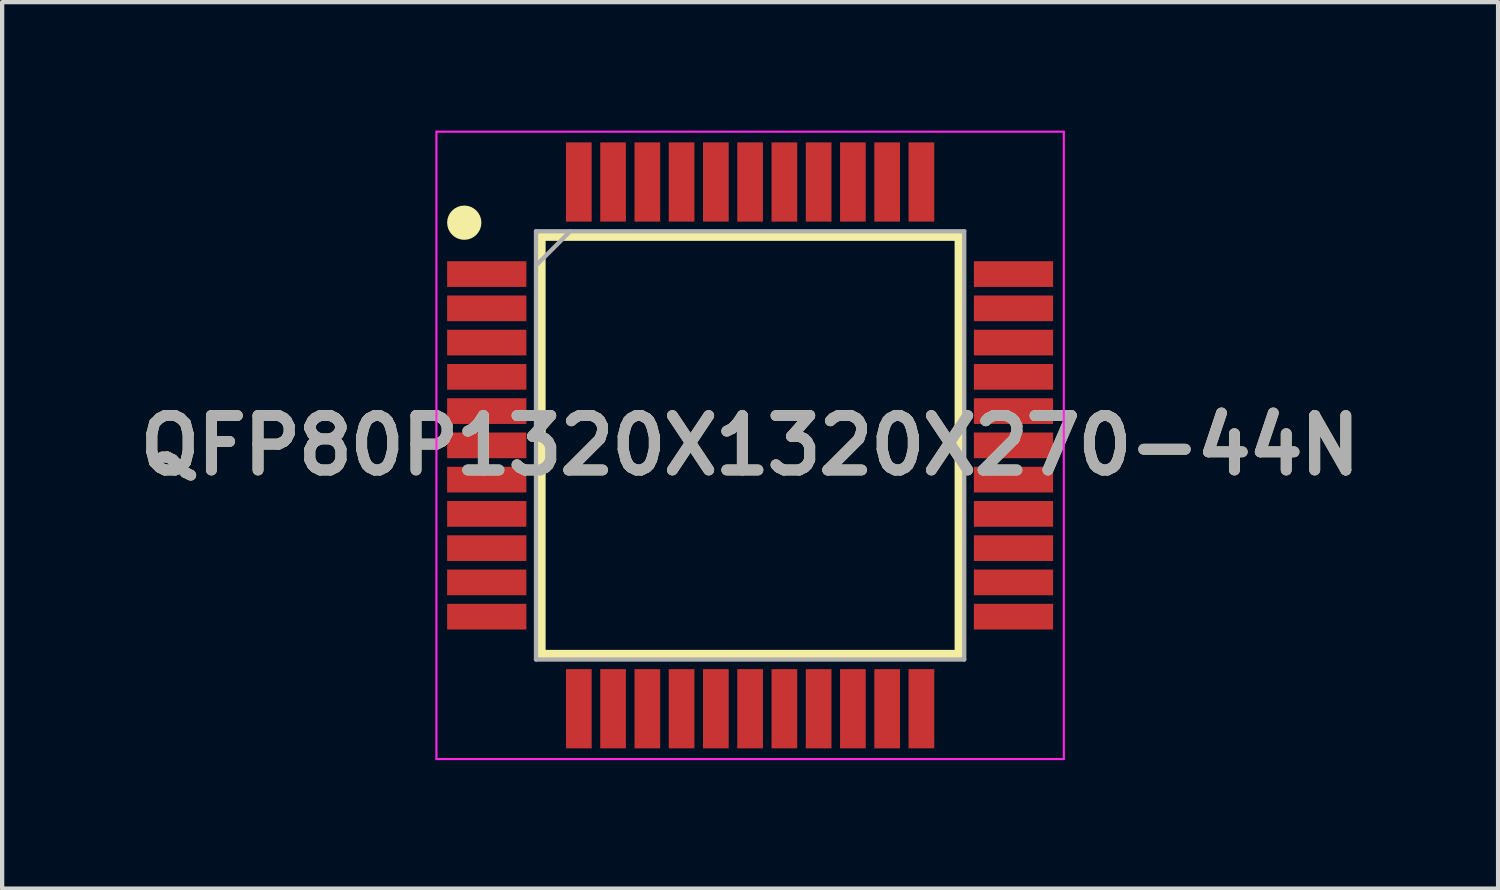
<source format=kicad_pcb>
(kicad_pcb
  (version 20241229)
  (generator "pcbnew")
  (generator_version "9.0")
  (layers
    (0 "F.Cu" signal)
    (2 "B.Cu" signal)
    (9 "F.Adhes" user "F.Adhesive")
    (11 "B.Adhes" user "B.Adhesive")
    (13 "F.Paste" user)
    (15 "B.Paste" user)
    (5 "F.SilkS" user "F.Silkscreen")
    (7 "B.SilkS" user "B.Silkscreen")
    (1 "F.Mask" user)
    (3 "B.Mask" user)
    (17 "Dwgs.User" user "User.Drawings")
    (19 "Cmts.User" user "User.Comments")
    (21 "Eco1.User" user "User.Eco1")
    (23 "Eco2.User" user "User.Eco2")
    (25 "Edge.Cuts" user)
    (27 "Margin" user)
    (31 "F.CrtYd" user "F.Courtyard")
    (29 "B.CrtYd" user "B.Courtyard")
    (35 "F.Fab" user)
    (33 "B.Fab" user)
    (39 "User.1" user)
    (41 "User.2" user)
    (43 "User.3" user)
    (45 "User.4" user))
  (footprint "QFP80P1320X1320X270-44N"
    (layer "F.Cu")
    (at 14.466 7.35)
    (property "Reference" "QFP80P1320X1320X270-44N" (at 0 0 0) (layer "F.SilkS") (effects (font (size 1.27 1.27) (thickness 0.254))))
    (attr smd)
    (fp_line (start -4.875 -4.875) (end 4.875 -4.875) (stroke (width 0.2) (type solid)) (layer "F.SilkS"))
    (fp_line (start -4.875 4.875) (end -4.875 -4.875) (stroke (width 0.2) (type solid)) (layer "F.SilkS"))
    (fp_line (start 4.875 -4.875) (end 4.875 4.875) (stroke (width 0.2) (type solid)) (layer "F.SilkS"))
    (fp_line (start 4.875 4.875) (end -4.875 4.875) (stroke (width 0.2) (type solid)) (layer "F.SilkS"))
    (fp_circle (center -6.675 -5.2) (end -6.675 -5) (stroke (width 0.4) (type solid)) (fill no) (layer "F.SilkS"))
    (fp_line (start -7.325 -7.325) (end 7.325 -7.325) (stroke (width 0.05) (type solid)) (layer "F.CrtYd"))
    (fp_line (start -7.325 7.325) (end -7.325 -7.325) (stroke (width 0.05) (type solid)) (layer "F.CrtYd"))
    (fp_line (start 7.325 -7.325) (end 7.325 7.325) (stroke (width 0.05) (type solid)) (layer "F.CrtYd"))
    (fp_line (start 7.325 7.325) (end -7.325 7.325) (stroke (width 0.05) (type solid)) (layer "F.CrtYd"))
    (fp_line (start -5 -5) (end 5 -5) (stroke (width 0.1) (type solid)) (layer "F.Fab"))
    (fp_line (start -5 -4.2) (end -4.2 -5) (stroke (width 0.1) (type solid)) (layer "F.Fab"))
    (fp_line (start -5 5) (end -5 -5) (stroke (width 0.1) (type solid)) (layer "F.Fab"))
    (fp_line (start 5 -5) (end 5 5) (stroke (width 0.1) (type solid)) (layer "F.Fab"))
    (fp_line (start 5 5) (end -5 5) (stroke (width 0.1) (type solid)) (layer "F.Fab"))
    (fp_text user "${REFERENCE}" (at 0 0 0) (layer "F.Fab") (effects (font (size 1.27 1.27) (thickness 0.254))))
    (pad "1" smd rect (at -6.15 -4 90) (size 0.6 1.85) (layers "F.Cu" "F.Mask" "F.Paste"))
    (pad "2" smd rect (at -6.15 -3.2 90) (size 0.6 1.85) (layers "F.Cu" "F.Mask" "F.Paste"))
    (pad "3" smd rect (at -6.15 -2.4 90) (size 0.6 1.85) (layers "F.Cu" "F.Mask" "F.Paste"))
    (pad "4" smd rect (at -6.15 -1.6 90) (size 0.6 1.85) (layers "F.Cu" "F.Mask" "F.Paste"))
    (pad "5" smd rect (at -6.15 -0.8 90) (size 0.6 1.85) (layers "F.Cu" "F.Mask" "F.Paste"))
    (pad "6" smd rect (at -6.15 0 90) (size 0.6 1.85) (layers "F.Cu" "F.Mask" "F.Paste"))
    (pad "7" smd rect (at -6.15 0.8 90) (size 0.6 1.85) (layers "F.Cu" "F.Mask" "F.Paste"))
    (pad "8" smd rect (at -6.15 1.6 90) (size 0.6 1.85) (layers "F.Cu" "F.Mask" "F.Paste"))
    (pad "9" smd rect (at -6.15 2.4 90) (size 0.6 1.85) (layers "F.Cu" "F.Mask" "F.Paste"))
    (pad "10" smd rect (at -6.15 3.2 90) (size 0.6 1.85) (layers "F.Cu" "F.Mask" "F.Paste"))
    (pad "11" smd rect (at -6.15 4 90) (size 0.6 1.85) (layers "F.Cu" "F.Mask" "F.Paste"))
    (pad "12" smd rect (at -4 6.15) (size 0.6 1.85) (layers "F.Cu" "F.Mask" "F.Paste"))
    (pad "13" smd rect (at -3.2 6.15) (size 0.6 1.85) (layers "F.Cu" "F.Mask" "F.Paste"))
    (pad "14" smd rect (at -2.4 6.15) (size 0.6 1.85) (layers "F.Cu" "F.Mask" "F.Paste"))
    (pad "15" smd rect (at -1.6 6.15) (size 0.6 1.85) (layers "F.Cu" "F.Mask" "F.Paste"))
    (pad "16" smd rect (at -0.8 6.15) (size 0.6 1.85) (layers "F.Cu" "F.Mask" "F.Paste"))
    (pad "17" smd rect (at 0 6.15) (size 0.6 1.85) (layers "F.Cu" "F.Mask" "F.Paste"))
    (pad "18" smd rect (at 0.8 6.15) (size 0.6 1.85) (layers "F.Cu" "F.Mask" "F.Paste"))
    (pad "19" smd rect (at 1.6 6.15) (size 0.6 1.85) (layers "F.Cu" "F.Mask" "F.Paste"))
    (pad "20" smd rect (at 2.4 6.15) (size 0.6 1.85) (layers "F.Cu" "F.Mask" "F.Paste"))
    (pad "21" smd rect (at 3.2 6.15) (size 0.6 1.85) (layers "F.Cu" "F.Mask" "F.Paste"))
    (pad "22" smd rect (at 4 6.15) (size 0.6 1.85) (layers "F.Cu" "F.Mask" "F.Paste"))
    (pad "23" smd rect (at 6.15 4 90) (size 0.6 1.85) (layers "F.Cu" "F.Mask" "F.Paste"))
    (pad "24" smd rect (at 6.15 3.2 90) (size 0.6 1.85) (layers "F.Cu" "F.Mask" "F.Paste"))
    (pad "25" smd rect (at 6.15 2.4 90) (size 0.6 1.85) (layers "F.Cu" "F.Mask" "F.Paste"))
    (pad "26" smd rect (at 6.15 1.6 90) (size 0.6 1.85) (layers "F.Cu" "F.Mask" "F.Paste"))
    (pad "27" smd rect (at 6.15 0.8 90) (size 0.6 1.85) (layers "F.Cu" "F.Mask" "F.Paste"))
    (pad "28" smd rect (at 6.15 0 90) (size 0.6 1.85) (layers "F.Cu" "F.Mask" "F.Paste"))
    (pad "29" smd rect (at 6.15 -0.8 90) (size 0.6 1.85) (layers "F.Cu" "F.Mask" "F.Paste"))
    (pad "30" smd rect (at 6.15 -1.6 90) (size 0.6 1.85) (layers "F.Cu" "F.Mask" "F.Paste"))
    (pad "31" smd rect (at 6.15 -2.4 90) (size 0.6 1.85) (layers "F.Cu" "F.Mask" "F.Paste"))
    (pad "32" smd rect (at 6.15 -3.2 90) (size 0.6 1.85) (layers "F.Cu" "F.Mask" "F.Paste"))
    (pad "33" smd rect (at 6.15 -4 90) (size 0.6 1.85) (layers "F.Cu" "F.Mask" "F.Paste"))
    (pad "34" smd rect (at 4 -6.15) (size 0.6 1.85) (layers "F.Cu" "F.Mask" "F.Paste"))
    (pad "35" smd rect (at 3.2 -6.15) (size 0.6 1.85) (layers "F.Cu" "F.Mask" "F.Paste"))
    (pad "36" smd rect (at 2.4 -6.15) (size 0.6 1.85) (layers "F.Cu" "F.Mask" "F.Paste"))
    (pad "37" smd rect (at 1.6 -6.15) (size 0.6 1.85) (layers "F.Cu" "F.Mask" "F.Paste"))
    (pad "38" smd rect (at 0.8 -6.15) (size 0.6 1.85) (layers "F.Cu" "F.Mask" "F.Paste"))
    (pad "39" smd rect (at 0 -6.15) (size 0.6 1.85) (layers "F.Cu" "F.Mask" "F.Paste"))
    (pad "40" smd rect (at -0.8 -6.15) (size 0.6 1.85) (layers "F.Cu" "F.Mask" "F.Paste"))
    (pad "41" smd rect (at -1.6 -6.15) (size 0.6 1.85) (layers "F.Cu" "F.Mask" "F.Paste"))
    (pad "42" smd rect (at -2.4 -6.15) (size 0.6 1.85) (layers "F.Cu" "F.Mask" "F.Paste"))
    (pad "43" smd rect (at -3.2 -6.15) (size 0.6 1.85) (layers "F.Cu" "F.Mask" "F.Paste"))
    (pad "44" smd rect (at -4 -6.15) (size 0.6 1.85) (layers "F.Cu" "F.Mask" "F.Paste")))
  (gr_rect
    (start -3 -3)
    (end 31.932 17.7)
    (stroke (width 0.1) (type default))
    (fill no)
    (layer "Edge.Cuts")))
</source>
